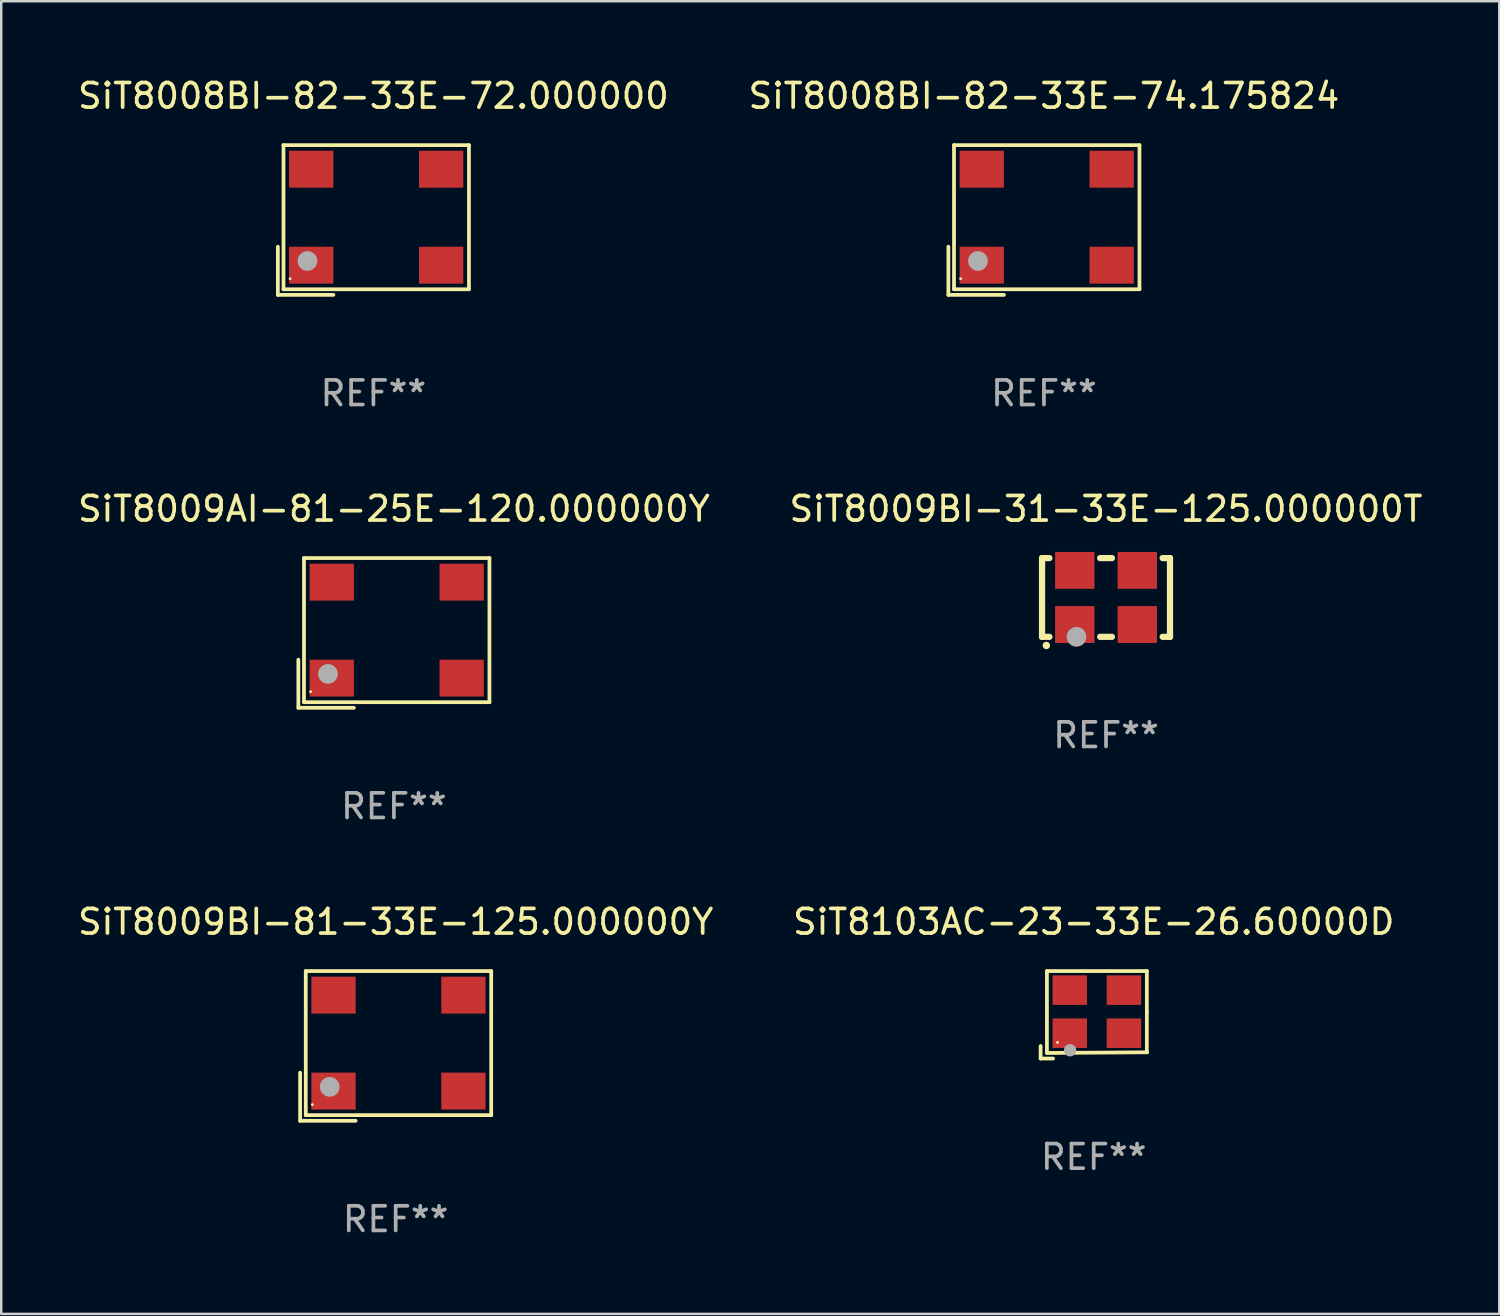
<source format=kicad_pcb>
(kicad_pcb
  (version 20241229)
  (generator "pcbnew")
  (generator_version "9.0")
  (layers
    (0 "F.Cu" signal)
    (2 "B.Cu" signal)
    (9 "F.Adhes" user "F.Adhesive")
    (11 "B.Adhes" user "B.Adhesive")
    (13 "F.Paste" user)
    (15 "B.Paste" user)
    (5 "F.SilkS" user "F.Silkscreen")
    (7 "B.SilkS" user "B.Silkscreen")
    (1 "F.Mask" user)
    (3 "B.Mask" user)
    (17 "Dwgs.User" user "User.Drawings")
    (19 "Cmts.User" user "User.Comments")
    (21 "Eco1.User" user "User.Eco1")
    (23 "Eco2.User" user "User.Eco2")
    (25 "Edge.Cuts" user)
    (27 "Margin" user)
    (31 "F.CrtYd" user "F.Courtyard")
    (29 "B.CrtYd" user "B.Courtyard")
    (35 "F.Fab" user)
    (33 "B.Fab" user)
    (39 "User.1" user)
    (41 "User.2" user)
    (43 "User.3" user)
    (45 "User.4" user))
  (footprint "SiT8008BI-82-33E-72.000000"
    (layer "F.Cu")
    (at 12.125 5.891)
    (property "Reference" "SiT8008BI-82-33E-72.000000" (at 0 -5.043 0) (layer "F.SilkS") (effects (font (size 1 1) (thickness 0.15))))
    (attr through_hole)
    (fp_line (start -3.883 1.086) (end -3.883 3.043) (stroke (width 0.152) (type solid)) (layer "F.SilkS"))
    (fp_line (start -3.883 3.043) (end -1.626 3.043) (stroke (width 0.152) (type solid)) (layer "F.SilkS"))
    (fp_line (start -3.654 -3.043) (end 3.883 -3.043) (stroke (width 0.152) (type solid)) (layer "F.SilkS"))
    (fp_line (start -3.654 2.814) (end -3.654 -3.043) (stroke (width 0.152) (type solid)) (layer "F.SilkS"))
    (fp_line (start 3.883 -3.043) (end 3.883 2.814) (stroke (width 0.152) (type solid)) (layer "F.SilkS"))
    (fp_line (start 3.883 2.814) (end -3.654 2.814) (stroke (width 0.152) (type solid)) (layer "F.SilkS"))
    (fp_circle (center -3.386 2.386) (end -3.356 2.386) (stroke (width 0.06) (type solid)) (fill no) (layer "F.SilkS"))
    (fp_circle (center -2.68 1.664) (end -2.48 1.664) (stroke (width 0.4) (type solid)) (fill no) (layer "F.Fab"))
    (fp_text user "REF**" (at 0 7.043 0) (layer "F.Fab") (effects (font (size 1 1) (thickness 0.15))))
    (pad "1" smd rect (at -2.526 1.836) (size 1.8 1.5) (layers "F.Cu" "F.Mask" "F.Paste"))
    (pad "2" smd rect (at 2.754 1.836) (size 1.8 1.5) (layers "F.Cu" "F.Mask" "F.Paste"))
    (pad "3" smd rect (at 2.754 -2.064) (size 1.8 1.5) (layers "F.Cu" "F.Mask" "F.Paste"))
    (pad "4" smd rect (at -2.526 -2.064) (size 1.8 1.5) (layers "F.Cu" "F.Mask" "F.Paste")))
  (footprint "SiT8103AC-23-33E-26.60000D"
    (layer "F.Cu")
    (at 41.399 38.191)
    (property "Reference" "SiT8103AC-23-33E-26.60000D" (at 0 -3.778 0) (layer "F.SilkS") (effects (font (size 1 1) (thickness 0.15))))
    (attr through_hole)
    (fp_line (start -2.159 1.27) (end -2.159 1.778) (stroke (width 0.152) (type solid)) (layer "F.SilkS"))
    (fp_line (start -2.159 1.778) (end -1.651 1.778) (stroke (width 0.152) (type solid)) (layer "F.SilkS"))
    (fp_line (start -1.902 -1.778) (end 2.159 -1.778) (stroke (width 0.152) (type solid)) (layer "F.SilkS"))
    (fp_line (start -1.902 1.552) (end -1.902 -1.778) (stroke (width 0.152) (type solid)) (layer "F.SilkS"))
    (fp_line (start 2.159 -1.778) (end 2.159 -0.127) (stroke (width 0.152) (type solid)) (layer "F.SilkS"))
    (fp_line (start 2.159 -0.127) (end 2.159 1.524) (stroke (width 0.152) (type solid)) (layer "F.SilkS"))
    (fp_line (start 2.159 1.524) (end -1.902 1.552) (stroke (width 0.152) (type solid)) (layer "F.SilkS"))
    (fp_line (start 2.159 1.524) (end 2.159 1.524) (stroke (width 0.152) (type solid)) (layer "F.SilkS"))
    (fp_circle (center -1.473 1.123) (end -1.443 1.123) (stroke (width 0.06) (type solid)) (fill no) (layer "F.SilkS"))
    (fp_circle (center -0.961 1.44) (end -0.834 1.44) (stroke (width 0.254) (type solid)) (fill no) (layer "F.Fab"))
    (fp_text user "REF**" (at 0 5.778 0) (layer "F.Fab") (effects (font (size 1 1) (thickness 0.15))))
    (pad "1" smd rect (at -0.973 0.748) (size 1.4 1.2) (layers "F.Cu" "F.Mask" "F.Paste"))
    (pad "2" smd rect (at 1.227 0.748) (size 1.4 1.2) (layers "F.Cu" "F.Mask" "F.Paste"))
    (pad "3" smd rect (at 1.227 -1.002) (size 1.4 1.2) (layers "F.Cu" "F.Mask" "F.Paste"))
    (pad "4" smd rect (at -0.973 -1.002) (size 1.4 1.2) (layers "F.Cu" "F.Mask" "F.Paste")))
  (footprint "SiT8008BI-82-33E-74.175824"
    (layer "F.Cu")
    (at 39.375 5.891)
    (property "Reference" "SiT8008BI-82-33E-74.175824" (at 0 -5.043 0) (layer "F.SilkS") (effects (font (size 1 1) (thickness 0.15))))
    (attr through_hole)
    (fp_line (start -3.883 1.086) (end -3.883 3.043) (stroke (width 0.152) (type solid)) (layer "F.SilkS"))
    (fp_line (start -3.883 3.043) (end -1.626 3.043) (stroke (width 0.152) (type solid)) (layer "F.SilkS"))
    (fp_line (start -3.654 -3.043) (end 3.883 -3.043) (stroke (width 0.152) (type solid)) (layer "F.SilkS"))
    (fp_line (start -3.654 2.814) (end -3.654 -3.043) (stroke (width 0.152) (type solid)) (layer "F.SilkS"))
    (fp_line (start 3.883 -3.043) (end 3.883 2.814) (stroke (width 0.152) (type solid)) (layer "F.SilkS"))
    (fp_line (start 3.883 2.814) (end -3.654 2.814) (stroke (width 0.152) (type solid)) (layer "F.SilkS"))
    (fp_circle (center -3.386 2.386) (end -3.356 2.386) (stroke (width 0.06) (type solid)) (fill no) (layer "F.SilkS"))
    (fp_circle (center -2.68 1.664) (end -2.48 1.664) (stroke (width 0.4) (type solid)) (fill no) (layer "F.Fab"))
    (fp_text user "REF**" (at 0 7.043 0) (layer "F.Fab") (effects (font (size 1 1) (thickness 0.15))))
    (pad "1" smd rect (at -2.526 1.836) (size 1.8 1.5) (layers "F.Cu" "F.Mask" "F.Paste"))
    (pad "2" smd rect (at 2.754 1.836) (size 1.8 1.5) (layers "F.Cu" "F.Mask" "F.Paste"))
    (pad "3" smd rect (at 2.754 -2.064) (size 1.8 1.5) (layers "F.Cu" "F.Mask" "F.Paste"))
    (pad "4" smd rect (at -2.526 -2.064) (size 1.8 1.5) (layers "F.Cu" "F.Mask" "F.Paste")))
  (footprint "SiT8009BI-31-33E-125.000000T"
    (layer "F.Cu")
    (at 41.899 21.231)
    (property "Reference" "SiT8009BI-31-33E-125.000000T" (at 0 -3.6 0) (layer "F.SilkS") (effects (font (size 1 1) (thickness 0.15))))
    (attr through_hole)
    (fp_line (start -2.6 -1.6) (end -2.301 -1.6) (stroke (width 0.254) (type solid)) (layer "F.SilkS"))
    (fp_line (start -2.6 1.6) (end -2.6 -1.6) (stroke (width 0.254) (type solid)) (layer "F.SilkS"))
    (fp_line (start -2.301 1.6) (end -2.6 1.6) (stroke (width 0.254) (type solid)) (layer "F.SilkS"))
    (fp_line (start -0.239 -1.6) (end 0.239 -1.6) (stroke (width 0.254) (type solid)) (layer "F.SilkS"))
    (fp_line (start 0.239 1.6) (end -0.239 1.6) (stroke (width 0.254) (type solid)) (layer "F.SilkS"))
    (fp_line (start 2.301 -1.6) (end 2.6 -1.6) (stroke (width 0.254) (type solid)) (layer "F.SilkS"))
    (fp_line (start 2.6 -1.6) (end 2.6 1.6) (stroke (width 0.254) (type solid)) (layer "F.SilkS"))
    (fp_line (start 2.6 1.6) (end 2.301 1.6) (stroke (width 0.254) (type solid)) (layer "F.SilkS"))
    (fp_arc (start -2.426213 1.949987) (mid -2.424943 1.949982) (end -2.423673 1.949987) (stroke (width 0.3) (type solid)) (layer "F.SilkS"))
    (fp_circle (center -2.5 1.6) (end -2.47 1.6) (stroke (width 0.06) (type solid)) (fill no) (layer "F.SilkS"))
    (fp_circle (center -1.2 1.6) (end -1 1.6) (stroke (width 0.4) (type solid)) (fill no) (layer "F.Fab"))
    (fp_text user "REF**" (at 0 5.6 0) (layer "F.Fab") (effects (font (size 1 1) (thickness 0.15))))
    (pad "1" smd rect (at -1.27 1.1) (size 1.6 1.5) (layers "F.Cu" "F.Mask" "F.Paste"))
    (pad "2" smd rect (at 1.27 1.1) (size 1.6 1.5) (layers "F.Cu" "F.Mask" "F.Paste"))
    (pad "3" smd rect (at 1.27 -1.1) (size 1.6 1.5) (layers "F.Cu" "F.Mask" "F.Paste"))
    (pad "4" smd rect (at -1.27 -1.1) (size 1.6 1.5) (layers "F.Cu" "F.Mask" "F.Paste")))
  (footprint "SiT8009BI-81-33E-125.000000Y"
    (layer "F.Cu")
    (at 13.03 39.456)
    (property "Reference" "SiT8009BI-81-33E-125.000000Y" (at 0 -5.043 0) (layer "F.SilkS") (effects (font (size 1 1) (thickness 0.15))))
    (attr through_hole)
    (fp_line (start -3.883 1.086) (end -3.883 3.043) (stroke (width 0.152) (type solid)) (layer "F.SilkS"))
    (fp_line (start -3.883 3.043) (end -1.626 3.043) (stroke (width 0.152) (type solid)) (layer "F.SilkS"))
    (fp_line (start -3.654 -3.043) (end 3.883 -3.043) (stroke (width 0.152) (type solid)) (layer "F.SilkS"))
    (fp_line (start -3.654 2.814) (end -3.654 -3.043) (stroke (width 0.152) (type solid)) (layer "F.SilkS"))
    (fp_line (start 3.883 -3.043) (end 3.883 2.814) (stroke (width 0.152) (type solid)) (layer "F.SilkS"))
    (fp_line (start 3.883 2.814) (end -3.654 2.814) (stroke (width 0.152) (type solid)) (layer "F.SilkS"))
    (fp_circle (center -3.386 2.386) (end -3.356 2.386) (stroke (width 0.06) (type solid)) (fill no) (layer "F.SilkS"))
    (fp_circle (center -2.68 1.664) (end -2.48 1.664) (stroke (width 0.4) (type solid)) (fill no) (layer "F.Fab"))
    (fp_text user "REF**" (at 0 7.043 0) (layer "F.Fab") (effects (font (size 1 1) (thickness 0.15))))
    (pad "1" smd rect (at -2.526 1.836) (size 1.8 1.5) (layers "F.Cu" "F.Mask" "F.Paste"))
    (pad "2" smd rect (at 2.754 1.836) (size 1.8 1.5) (layers "F.Cu" "F.Mask" "F.Paste"))
    (pad "3" smd rect (at 2.754 -2.064) (size 1.8 1.5) (layers "F.Cu" "F.Mask" "F.Paste"))
    (pad "4" smd rect (at -2.526 -2.064) (size 1.8 1.5) (layers "F.Cu" "F.Mask" "F.Paste")))
  (footprint "SiT8009AI-81-25E-120.000000Y"
    (layer "F.Cu")
    (at 12.958 22.673)
    (property "Reference" "SiT8009AI-81-25E-120.000000Y" (at 0 -5.043 0) (layer "F.SilkS") (effects (font (size 1 1) (thickness 0.15))))
    (attr through_hole)
    (fp_line (start -3.883 1.086) (end -3.883 3.043) (stroke (width 0.152) (type solid)) (layer "F.SilkS"))
    (fp_line (start -3.883 3.043) (end -1.626 3.043) (stroke (width 0.152) (type solid)) (layer "F.SilkS"))
    (fp_line (start -3.654 -3.043) (end 3.883 -3.043) (stroke (width 0.152) (type solid)) (layer "F.SilkS"))
    (fp_line (start -3.654 2.814) (end -3.654 -3.043) (stroke (width 0.152) (type solid)) (layer "F.SilkS"))
    (fp_line (start 3.883 -3.043) (end 3.883 2.814) (stroke (width 0.152) (type solid)) (layer "F.SilkS"))
    (fp_line (start 3.883 2.814) (end -3.654 2.814) (stroke (width 0.152) (type solid)) (layer "F.SilkS"))
    (fp_circle (center -3.386 2.386) (end -3.356 2.386) (stroke (width 0.06) (type solid)) (fill no) (layer "F.SilkS"))
    (fp_circle (center -2.68 1.664) (end -2.48 1.664) (stroke (width 0.4) (type solid)) (fill no) (layer "F.Fab"))
    (fp_text user "REF**" (at 0 7.043 0) (layer "F.Fab") (effects (font (size 1 1) (thickness 0.15))))
    (pad "1" smd rect (at -2.526 1.836) (size 1.8 1.5) (layers "F.Cu" "F.Mask" "F.Paste"))
    (pad "2" smd rect (at 2.754 1.836) (size 1.8 1.5) (layers "F.Cu" "F.Mask" "F.Paste"))
    (pad "3" smd rect (at 2.754 -2.064) (size 1.8 1.5) (layers "F.Cu" "F.Mask" "F.Paste"))
    (pad "4" smd rect (at -2.526 -2.064) (size 1.8 1.5) (layers "F.Cu" "F.Mask" "F.Paste")))
  (gr_rect
    (start -3 -3)
    (end 57.881 50.347)
    (stroke (width 0.1) (type default))
    (fill no)
    (layer "Edge.Cuts")))
</source>
